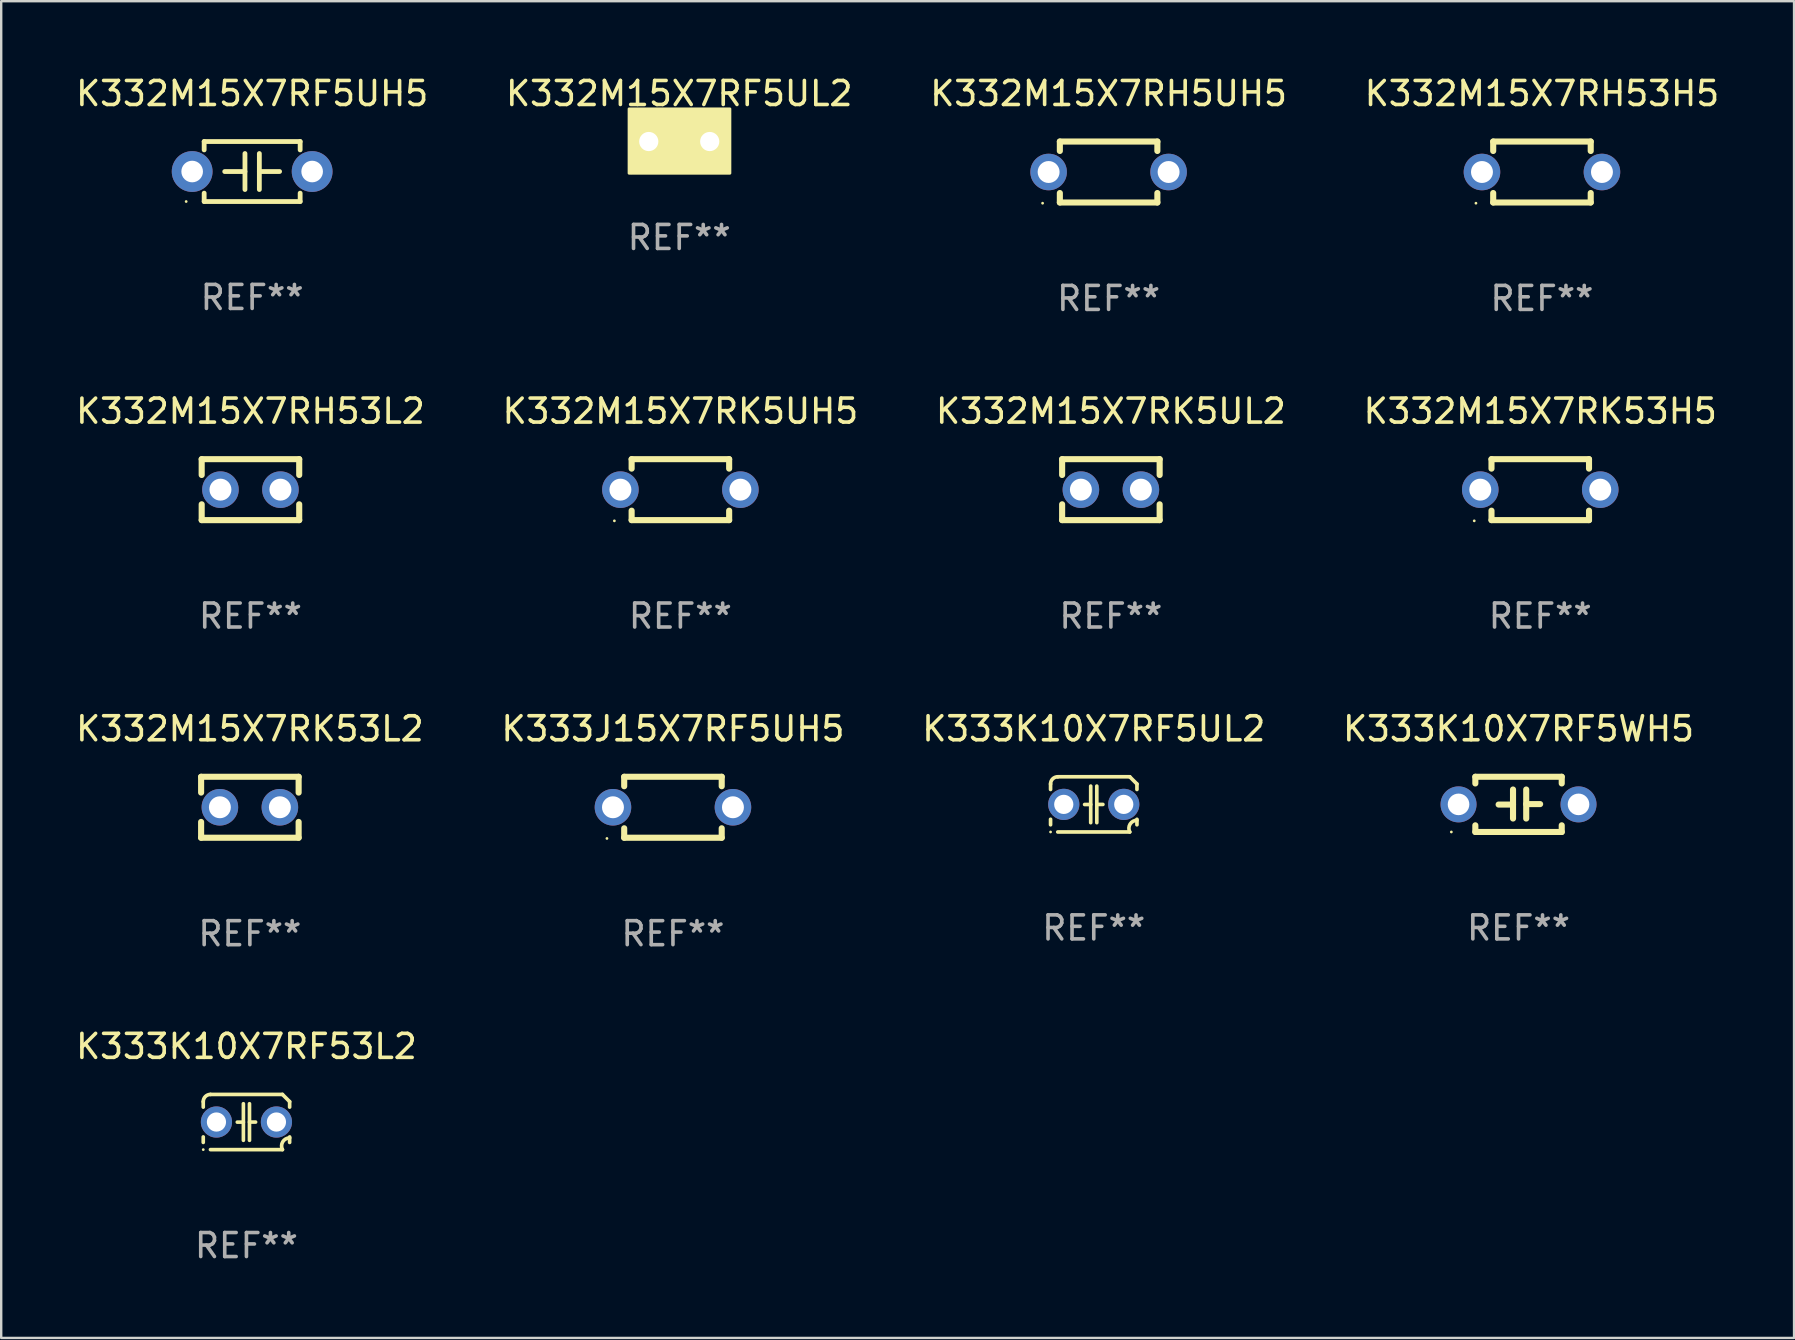
<source format=kicad_pcb>
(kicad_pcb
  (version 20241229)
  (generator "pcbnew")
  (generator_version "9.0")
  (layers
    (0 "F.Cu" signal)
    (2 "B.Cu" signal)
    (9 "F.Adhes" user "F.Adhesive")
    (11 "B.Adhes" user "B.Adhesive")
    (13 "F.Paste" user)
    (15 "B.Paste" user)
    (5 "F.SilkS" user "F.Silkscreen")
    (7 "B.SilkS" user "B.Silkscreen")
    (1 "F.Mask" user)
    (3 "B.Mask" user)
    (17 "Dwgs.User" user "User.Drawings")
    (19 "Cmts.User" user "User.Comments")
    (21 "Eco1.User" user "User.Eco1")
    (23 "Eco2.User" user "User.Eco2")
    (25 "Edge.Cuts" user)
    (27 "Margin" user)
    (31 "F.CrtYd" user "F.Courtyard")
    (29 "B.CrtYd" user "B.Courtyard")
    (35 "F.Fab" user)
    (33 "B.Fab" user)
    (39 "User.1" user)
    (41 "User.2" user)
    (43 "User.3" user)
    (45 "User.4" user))
  (footprint "K332M15X7RK53L2"
    (layer "F.Cu")
    (at 7.363 30.591)
    (property "Reference" "K332M15X7RK53L2" (at 0 -3.27 0) (layer "F.SilkS") (effects (font (size 1 1) (thickness 0.15))))
    (attr through_hole)
    (fp_line (start -2.032 -1.27) (end -2.032 -0.611) (stroke (width 0.254) (type solid)) (layer "F.SilkS"))
    (fp_line (start -2.032 0.611) (end -2.032 1.27) (stroke (width 0.254) (type solid)) (layer "F.SilkS"))
    (fp_line (start -2.032 1.27) (end 2.032 1.27) (stroke (width 0.254) (type solid)) (layer "F.SilkS"))
    (fp_line (start 2.032 -1.27) (end -2.032 -1.27) (stroke (width 0.254) (type solid)) (layer "F.SilkS"))
    (fp_line (start 2.032 -0.611) (end 2.032 -1.27) (stroke (width 0.254) (type solid)) (layer "F.SilkS"))
    (fp_line (start 2.032 1.27) (end 2.032 0.611) (stroke (width 0.254) (type solid)) (layer "F.SilkS"))
    (fp_circle (center -2 1.3) (end -1.97 1.3) (stroke (width 0.06) (type solid)) (fill no) (layer "F.SilkS"))
    (fp_text user "REF**" (at 0 5.27 0) (layer "F.Fab") (effects (font (size 1 1) (thickness 0.15))))
    (pad "1" thru_hole circle (at -1.25 0) (size 1.524 1.524) (drill 0.914) (layers "*.Cu" "*.Mask"))
    (pad "2" thru_hole circle (at 1.25 0) (size 1.524 1.524) (drill 0.914) (layers "*.Cu" "*.Mask")))
  (footprint "K332M15X7RH53H5"
    (layer "F.Cu")
    (at 61.208 4.118)
    (property "Reference" "K332M15X7RH53H5" (at 0 -3.27 0) (layer "F.SilkS") (effects (font (size 1 1) (thickness 0.15))))
    (attr through_hole)
    (fp_line (start -2.032 -1.27) (end -2.032 -0.876) (stroke (width 0.254) (type solid)) (layer "F.SilkS"))
    (fp_line (start -2.032 0.876) (end -2.032 1.27) (stroke (width 0.254) (type solid)) (layer "F.SilkS"))
    (fp_line (start -2.032 1.27) (end 2.032 1.27) (stroke (width 0.254) (type solid)) (layer "F.SilkS"))
    (fp_line (start 2.032 -1.27) (end -2.032 -1.27) (stroke (width 0.254) (type solid)) (layer "F.SilkS"))
    (fp_line (start 2.032 -0.876) (end 2.032 -1.27) (stroke (width 0.254) (type solid)) (layer "F.SilkS"))
    (fp_line (start 2.032 1.27) (end 2.032 0.876) (stroke (width 0.254) (type solid)) (layer "F.SilkS"))
    (fp_circle (center -2.751 1.3) (end -2.721 1.3) (stroke (width 0.06) (type solid)) (fill no) (layer "F.SilkS"))
    (fp_text user "REF**" (at 0 5.27 0) (layer "F.Fab") (effects (font (size 1 1) (thickness 0.15))))
    (pad "1" thru_hole circle (at -2.5 0) (size 1.524 1.524) (drill 0.914) (layers "*.Cu" "*.Mask"))
    (pad "2" thru_hole circle (at 2.5 0) (size 1.524 1.524) (drill 0.914) (layers "*.Cu" "*.Mask")))
  (footprint "K333K10X7RF5UL2"
    (layer "F.Cu")
    (at 42.53 30.471)
    (property "Reference" "K333K10X7RF5UL2" (at 0 -3.15 0) (layer "F.SilkS") (effects (font (size 1 1) (thickness 0.15))))
    (attr through_hole)
    (fp_line (start -1.8 -0.621) (end -1.8 -0.85) (stroke (width 0.152) (type solid)) (layer "F.SilkS"))
    (fp_line (start -1.8 0.85) (end -1.8 0.621) (stroke (width 0.152) (type solid)) (layer "F.SilkS"))
    (fp_line (start -1.5 -1.15) (end 1.5 -1.15) (stroke (width 0.152) (type solid)) (layer "F.SilkS"))
    (fp_line (start -0.127 -0.762) (end -0.127 0.762) (stroke (width 0.152) (type solid)) (layer "F.SilkS"))
    (fp_line (start -0.127 0.005) (end -0.381 0.005) (stroke (width 0.152) (type solid)) (layer "F.SilkS"))
    (fp_line (start 0.127 -0.762) (end 0.127 0.762) (stroke (width 0.152) (type solid)) (layer "F.SilkS"))
    (fp_line (start 0.127 0.002) (end 0.381 0.002) (stroke (width 0.152) (type solid)) (layer "F.SilkS"))
    (fp_line (start 1.5 1.15) (end -1.5 1.15) (stroke (width 0.152) (type solid)) (layer "F.SilkS"))
    (fp_line (start 1.8 -0.85) (end 1.8 -0.621) (stroke (width 0.152) (type solid)) (layer "F.SilkS"))
    (fp_line (start 1.8 0.621) (end 1.8 0.85) (stroke (width 0.152) (type solid)) (layer "F.SilkS"))
    (fp_arc (start -1.799975 -0.849987) (mid -1.712107 -1.062119) (end -1.499975 -1.149987) (stroke (width 0.151994) (type solid)) (layer "F.SilkS"))
    (fp_arc (start 1.499975 1.149987) (mid 1.513726 0.822359) (end 1.799975 0.662387) (stroke (width 0.151994) (type solid)) (layer "F.SilkS"))
    (fp_arc (start 1.500001 -1.149986) (mid 1.650015 -1.000001) (end 1.8 -0.849987) (stroke (width 0.151994) (type solid)) (layer "F.SilkS"))
    (fp_circle (center -1.8 1.15) (end -1.77 1.15) (stroke (width 0.06) (type solid)) (fill no) (layer "F.SilkS"))
    (fp_text user "REF**" (at 0 5.15 0) (layer "F.Fab") (effects (font (size 1 1) (thickness 0.15))))
    (pad "1" thru_hole circle (at -1.25 0) (size 1.3 1.3) (drill 0.8) (layers "*.Cu" "*.Mask"))
    (pad "2" thru_hole circle (at 1.25 0) (size 1.3 1.3) (drill 0.8) (layers "*.Cu" "*.Mask")))
  (footprint "K332M15X7RF5UH5"
    (layer "F.Cu")
    (at 7.458 4.098)
    (property "Reference" "K332M15X7RF5UH5" (at 0 -3.25 0) (layer "F.SilkS") (effects (font (size 1 1) (thickness 0.15))))
    (attr through_hole)
    (fp_line (start -2 -1.25) (end -2 -0.901) (stroke (width 0.2) (type solid)) (layer "F.SilkS"))
    (fp_line (start -2 -1.25) (end 2 -1.25) (stroke (width 0.2) (type solid)) (layer "F.SilkS"))
    (fp_line (start -2 0.901) (end -2 1.25) (stroke (width 0.2) (type solid)) (layer "F.SilkS"))
    (fp_line (start -0.3 -0.75) (end -0.3 0.75) (stroke (width 0.2) (type solid)) (layer "F.SilkS"))
    (fp_line (start -0.3 0.001) (end -1.143 0.001) (stroke (width 0.2) (type solid)) (layer "F.SilkS"))
    (fp_line (start 0.3 -0.001) (end 1.143 -0.001) (stroke (width 0.2) (type solid)) (layer "F.SilkS"))
    (fp_line (start 0.3 0.75) (end 0.3 -0.75) (stroke (width 0.2) (type solid)) (layer "F.SilkS"))
    (fp_line (start 2 -1.25) (end 2 -0.901) (stroke (width 0.2) (type solid)) (layer "F.SilkS"))
    (fp_line (start 2 0.901) (end 2 1.25) (stroke (width 0.2) (type solid)) (layer "F.SilkS"))
    (fp_line (start 2 1.25) (end -2 1.25) (stroke (width 0.2) (type solid)) (layer "F.SilkS"))
    (fp_circle (center -2.75 1.25) (end -2.72 1.25) (stroke (width 0.06) (type solid)) (fill no) (layer "F.SilkS"))
    (fp_text user "REF**" (at 0 5.25 0) (layer "F.Fab") (effects (font (size 1 1) (thickness 0.15))))
    (pad "1" thru_hole circle (at -2.5 0) (size 1.7 1.7) (drill 0.9) (layers "*.Cu" "*.Mask"))
    (pad "2" thru_hole circle (at 2.5 0) (size 1.7 1.7) (drill 0.9) (layers "*.Cu" "*.Mask")))
  (footprint "K333K10X7RF5WH5"
    (layer "F.Cu")
    (at 60.232 30.471)
    (property "Reference" "K333K10X7RF5WH5" (at 0 -3.15 0) (layer "F.SilkS") (effects (font (size 1 1) (thickness 0.15))))
    (attr through_hole)
    (fp_line (start -1.8 -1.15) (end -1.8 -0.872) (stroke (width 0.254) (type solid)) (layer "F.SilkS"))
    (fp_line (start -1.8 -1.15) (end 1.8 -1.15) (stroke (width 0.254) (type solid)) (layer "F.SilkS"))
    (fp_line (start -1.8 0.872) (end -1.8 1.15) (stroke (width 0.254) (type solid)) (layer "F.SilkS"))
    (fp_line (start -1.8 1.15) (end 1.8 1.15) (stroke (width 0.254) (type solid)) (layer "F.SilkS"))
    (fp_line (start -0.23 -0.62) (end -0.23 0.59) (stroke (width 0.254) (type solid)) (layer "F.SilkS"))
    (fp_line (start -0.23 0.007) (end -0.83 0.007) (stroke (width 0.254) (type solid)) (layer "F.SilkS"))
    (fp_line (start 0.32 -0.62) (end 0.32 0.59) (stroke (width 0.254) (type solid)) (layer "F.SilkS"))
    (fp_line (start 0.32 -0.012) (end 0.9 -0.012) (stroke (width 0.254) (type solid)) (layer "F.SilkS"))
    (fp_line (start 1.8 -1.15) (end 1.8 -0.872) (stroke (width 0.254) (type solid)) (layer "F.SilkS"))
    (fp_line (start 1.8 0.872) (end 1.8 1.15) (stroke (width 0.254) (type solid)) (layer "F.SilkS"))
    (fp_circle (center -2.8 1.15) (end -2.77 1.15) (stroke (width 0.06) (type solid)) (fill no) (layer "F.SilkS"))
    (fp_text user "REF**" (at 0 5.15 0) (layer "F.Fab") (effects (font (size 1 1) (thickness 0.15))))
    (pad "1" thru_hole circle (at -2.5 0) (size 1.5 1.5) (drill 0.9) (layers "*.Cu" "*.Mask"))
    (pad "2" thru_hole circle (at 2.5 0) (size 1.5 1.5) (drill 0.9) (layers "*.Cu" "*.Mask")))
  (footprint "K332M15X7RK5UH5"
    (layer "F.Cu")
    (at 25.304 17.355)
    (property "Reference" "K332M15X7RK5UH5" (at 0 -3.27 0) (layer "F.SilkS") (effects (font (size 1 1) (thickness 0.15))))
    (attr through_hole)
    (fp_line (start -2.032 -1.27) (end -2.032 -0.876) (stroke (width 0.254) (type solid)) (layer "F.SilkS"))
    (fp_line (start -2.032 0.876) (end -2.032 1.27) (stroke (width 0.254) (type solid)) (layer "F.SilkS"))
    (fp_line (start -2.032 1.27) (end 2.032 1.27) (stroke (width 0.254) (type solid)) (layer "F.SilkS"))
    (fp_line (start 2.032 -1.27) (end -2.032 -1.27) (stroke (width 0.254) (type solid)) (layer "F.SilkS"))
    (fp_line (start 2.032 -0.876) (end 2.032 -1.27) (stroke (width 0.254) (type solid)) (layer "F.SilkS"))
    (fp_line (start 2.032 1.27) (end 2.032 0.876) (stroke (width 0.254) (type solid)) (layer "F.SilkS"))
    (fp_circle (center -2.751 1.3) (end -2.721 1.3) (stroke (width 0.06) (type solid)) (fill no) (layer "F.SilkS"))
    (fp_text user "REF**" (at 0 5.27 0) (layer "F.Fab") (effects (font (size 1 1) (thickness 0.15))))
    (pad "1" thru_hole circle (at -2.5 0) (size 1.524 1.524) (drill 0.914) (layers "*.Cu" "*.Mask"))
    (pad "2" thru_hole circle (at 2.5 0) (size 1.524 1.524) (drill 0.914) (layers "*.Cu" "*.Mask")))
  (footprint "K332M15X7RH5UH5"
    (layer "F.Cu")
    (at 43.149 4.118)
    (property "Reference" "K332M15X7RH5UH5" (at 0 -3.27 0) (layer "F.SilkS") (effects (font (size 1 1) (thickness 0.15))))
    (attr through_hole)
    (fp_line (start -2.032 -1.27) (end -2.032 -0.876) (stroke (width 0.254) (type solid)) (layer "F.SilkS"))
    (fp_line (start -2.032 0.876) (end -2.032 1.27) (stroke (width 0.254) (type solid)) (layer "F.SilkS"))
    (fp_line (start -2.032 1.27) (end 2.032 1.27) (stroke (width 0.254) (type solid)) (layer "F.SilkS"))
    (fp_line (start 2.032 -1.27) (end -2.032 -1.27) (stroke (width 0.254) (type solid)) (layer "F.SilkS"))
    (fp_line (start 2.032 -0.876) (end 2.032 -1.27) (stroke (width 0.254) (type solid)) (layer "F.SilkS"))
    (fp_line (start 2.032 1.27) (end 2.032 0.876) (stroke (width 0.254) (type solid)) (layer "F.SilkS"))
    (fp_circle (center -2.751 1.3) (end -2.721 1.3) (stroke (width 0.06) (type solid)) (fill no) (layer "F.SilkS"))
    (fp_text user "REF**" (at 0 5.27 0) (layer "F.Fab") (effects (font (size 1 1) (thickness 0.15))))
    (pad "1" thru_hole circle (at -2.5 0) (size 1.524 1.524) (drill 0.914) (layers "*.Cu" "*.Mask"))
    (pad "2" thru_hole circle (at 2.5 0) (size 1.524 1.524) (drill 0.914) (layers "*.Cu" "*.Mask")))
  (footprint "K333K10X7RF53L2"
    (layer "F.Cu")
    (at 7.22 43.708)
    (property "Reference" "K333K10X7RF53L2" (at 0 -3.15 0) (layer "F.SilkS") (effects (font (size 1 1) (thickness 0.15))))
    (attr through_hole)
    (fp_line (start -1.8 -0.621) (end -1.8 -0.85) (stroke (width 0.152) (type solid)) (layer "F.SilkS"))
    (fp_line (start -1.8 0.85) (end -1.8 0.621) (stroke (width 0.152) (type solid)) (layer "F.SilkS"))
    (fp_line (start -1.5 -1.15) (end 1.5 -1.15) (stroke (width 0.152) (type solid)) (layer "F.SilkS"))
    (fp_line (start -0.127 -0.762) (end -0.127 0.762) (stroke (width 0.152) (type solid)) (layer "F.SilkS"))
    (fp_line (start -0.127 0.005) (end -0.381 0.005) (stroke (width 0.152) (type solid)) (layer "F.SilkS"))
    (fp_line (start 0.127 -0.762) (end 0.127 0.762) (stroke (width 0.152) (type solid)) (layer "F.SilkS"))
    (fp_line (start 0.127 0.002) (end 0.381 0.002) (stroke (width 0.152) (type solid)) (layer "F.SilkS"))
    (fp_line (start 1.5 1.15) (end -1.5 1.15) (stroke (width 0.152) (type solid)) (layer "F.SilkS"))
    (fp_line (start 1.8 -0.85) (end 1.8 -0.621) (stroke (width 0.152) (type solid)) (layer "F.SilkS"))
    (fp_line (start 1.8 0.621) (end 1.8 0.85) (stroke (width 0.152) (type solid)) (layer "F.SilkS"))
    (fp_arc (start -1.799975 -0.849987) (mid -1.712107 -1.062119) (end -1.499975 -1.149987) (stroke (width 0.151994) (type solid)) (layer "F.SilkS"))
    (fp_arc (start 1.499975 1.149987) (mid 1.513726 0.822359) (end 1.799975 0.662387) (stroke (width 0.151994) (type solid)) (layer "F.SilkS"))
    (fp_arc (start 1.500001 -1.149986) (mid 1.650015 -1.000001) (end 1.8 -0.849987) (stroke (width 0.151994) (type solid)) (layer "F.SilkS"))
    (fp_circle (center -1.8 1.15) (end -1.77 1.15) (stroke (width 0.06) (type solid)) (fill no) (layer "F.SilkS"))
    (fp_text user "REF**" (at 0 5.15 0) (layer "F.Fab") (effects (font (size 1 1) (thickness 0.15))))
    (pad "1" thru_hole circle (at -1.25 0) (size 1.3 1.3) (drill 0.8) (layers "*.Cu" "*.Mask"))
    (pad "2" thru_hole circle (at 1.25 0) (size 1.3 1.3) (drill 0.8) (layers "*.Cu" "*.Mask")))
  (footprint "K332M15X7RK5UL2"
    (layer "F.Cu")
    (at 43.244 17.355)
    (property "Reference" "K332M15X7RK5UL2" (at 0 -3.27 0) (layer "F.SilkS") (effects (font (size 1 1) (thickness 0.15))))
    (attr through_hole)
    (fp_line (start -2.032 -1.27) (end -2.032 -0.611) (stroke (width 0.254) (type solid)) (layer "F.SilkS"))
    (fp_line (start -2.032 0.611) (end -2.032 1.27) (stroke (width 0.254) (type solid)) (layer "F.SilkS"))
    (fp_line (start -2.032 1.27) (end 2.032 1.27) (stroke (width 0.254) (type solid)) (layer "F.SilkS"))
    (fp_line (start 2.032 -1.27) (end -2.032 -1.27) (stroke (width 0.254) (type solid)) (layer "F.SilkS"))
    (fp_line (start 2.032 -0.611) (end 2.032 -1.27) (stroke (width 0.254) (type solid)) (layer "F.SilkS"))
    (fp_line (start 2.032 1.27) (end 2.032 0.611) (stroke (width 0.254) (type solid)) (layer "F.SilkS"))
    (fp_circle (center -2 1.3) (end -1.97 1.3) (stroke (width 0.06) (type solid)) (fill no) (layer "F.SilkS"))
    (fp_text user "REF**" (at 0 5.27 0) (layer "F.Fab") (effects (font (size 1 1) (thickness 0.15))))
    (pad "1" thru_hole circle (at -1.25 0) (size 1.524 1.524) (drill 0.914) (layers "*.Cu" "*.Mask"))
    (pad "2" thru_hole circle (at 1.25 0) (size 1.524 1.524) (drill 0.914) (layers "*.Cu" "*.Mask")))
  (footprint "K333J15X7RF5UH5"
    (layer "F.Cu")
    (at 24.994 30.591)
    (property "Reference" "K333J15X7RF5UH5" (at 0 -3.27 0) (layer "F.SilkS") (effects (font (size 1 1) (thickness 0.15))))
    (attr through_hole)
    (fp_line (start -2.032 -1.27) (end -2.032 -0.876) (stroke (width 0.254) (type solid)) (layer "F.SilkS"))
    (fp_line (start -2.032 0.876) (end -2.032 1.27) (stroke (width 0.254) (type solid)) (layer "F.SilkS"))
    (fp_line (start -2.032 1.27) (end 2.032 1.27) (stroke (width 0.254) (type solid)) (layer "F.SilkS"))
    (fp_line (start 2.032 -1.27) (end -2.032 -1.27) (stroke (width 0.254) (type solid)) (layer "F.SilkS"))
    (fp_line (start 2.032 -0.876) (end 2.032 -1.27) (stroke (width 0.254) (type solid)) (layer "F.SilkS"))
    (fp_line (start 2.032 1.27) (end 2.032 0.876) (stroke (width 0.254) (type solid)) (layer "F.SilkS"))
    (fp_circle (center -2.751 1.3) (end -2.721 1.3) (stroke (width 0.06) (type solid)) (fill no) (layer "F.SilkS"))
    (fp_text user "REF**" (at 0 5.27 0) (layer "F.Fab") (effects (font (size 1 1) (thickness 0.15))))
    (pad "1" thru_hole circle (at -2.5 0) (size 1.524 1.524) (drill 0.914) (layers "*.Cu" "*.Mask"))
    (pad "2" thru_hole circle (at 2.5 0) (size 1.524 1.524) (drill 0.914) (layers "*.Cu" "*.Mask")))
  (footprint "K332M15X7RK53H5"
    (layer "F.Cu")
    (at 61.137 17.355)
    (property "Reference" "K332M15X7RK53H5" (at 0 -3.27 0) (layer "F.SilkS") (effects (font (size 1 1) (thickness 0.15))))
    (attr through_hole)
    (fp_line (start -2.032 -1.27) (end -2.032 -0.876) (stroke (width 0.254) (type solid)) (layer "F.SilkS"))
    (fp_line (start -2.032 0.876) (end -2.032 1.27) (stroke (width 0.254) (type solid)) (layer "F.SilkS"))
    (fp_line (start -2.032 1.27) (end 2.032 1.27) (stroke (width 0.254) (type solid)) (layer "F.SilkS"))
    (fp_line (start 2.032 -1.27) (end -2.032 -1.27) (stroke (width 0.254) (type solid)) (layer "F.SilkS"))
    (fp_line (start 2.032 -0.876) (end 2.032 -1.27) (stroke (width 0.254) (type solid)) (layer "F.SilkS"))
    (fp_line (start 2.032 1.27) (end 2.032 0.876) (stroke (width 0.254) (type solid)) (layer "F.SilkS"))
    (fp_circle (center -2.751 1.3) (end -2.721 1.3) (stroke (width 0.06) (type solid)) (fill no) (layer "F.SilkS"))
    (fp_text user "REF**" (at 0 5.27 0) (layer "F.Fab") (effects (font (size 1 1) (thickness 0.15))))
    (pad "1" thru_hole circle (at -2.5 0) (size 1.524 1.524) (drill 0.914) (layers "*.Cu" "*.Mask"))
    (pad "2" thru_hole circle (at 2.5 0) (size 1.524 1.524) (drill 0.914) (layers "*.Cu" "*.Mask")))
  (footprint "K332M15X7RH53L2"
    (layer "F.Cu")
    (at 7.387 17.355)
    (property "Reference" "K332M15X7RH53L2" (at 0 -3.27 0) (layer "F.SilkS") (effects (font (size 1 1) (thickness 0.15))))
    (attr through_hole)
    (fp_line (start -2.032 -1.27) (end -2.032 -0.611) (stroke (width 0.254) (type solid)) (layer "F.SilkS"))
    (fp_line (start -2.032 0.611) (end -2.032 1.27) (stroke (width 0.254) (type solid)) (layer "F.SilkS"))
    (fp_line (start -2.032 1.27) (end 2.032 1.27) (stroke (width 0.254) (type solid)) (layer "F.SilkS"))
    (fp_line (start 2.032 -1.27) (end -2.032 -1.27) (stroke (width 0.254) (type solid)) (layer "F.SilkS"))
    (fp_line (start 2.032 -0.611) (end 2.032 -1.27) (stroke (width 0.254) (type solid)) (layer "F.SilkS"))
    (fp_line (start 2.032 1.27) (end 2.032 0.611) (stroke (width 0.254) (type solid)) (layer "F.SilkS"))
    (fp_circle (center -2 1.3) (end -1.97 1.3) (stroke (width 0.06) (type solid)) (fill no) (layer "F.SilkS"))
    (fp_text user "REF**" (at 0 5.27 0) (layer "F.Fab") (effects (font (size 1 1) (thickness 0.15))))
    (pad "1" thru_hole circle (at -1.25 0) (size 1.524 1.524) (drill 0.914) (layers "*.Cu" "*.Mask"))
    (pad "2" thru_hole circle (at 1.25 0) (size 1.524 1.524) (drill 0.914) (layers "*.Cu" "*.Mask")))
  (footprint "K332M15X7RF5UL2"
    (layer "F.Cu")
    (at 25.256 2.848)
    (property "Reference" "K332M15X7RF5UL2" (at 0 -2 0) (layer "F.SilkS") (effects (font (size 1 1) (thickness 0.15))))
    (attr through_hole)
    (fp_circle (center -2 1.3) (end -1.97 1.3) (stroke (width 0.06) (type solid)) (fill no) (layer "F.SilkS"))
    (fp_poly (pts (xy -2.09 -1.36) (xy 2.11 -1.36) (xy 2.11 1.32) (xy -2.09 1.32)) (stroke (width 0.12) (type solid)) (fill yes) (layer "F.SilkS"))
    (fp_text user "REF**" (at 0 4 0) (layer "F.Fab") (effects (font (size 1 1) (thickness 0.15))))
    (pad "1" thru_hole circle (at -1.27 0) (size 1.4 1.4) (drill 0.8) (layers "*.Cu" "*.Mask"))
    (pad "2" thru_hole circle (at 1.27 0) (size 1.4 1.4) (drill 0.8) (layers "*.Cu" "*.Mask")))
  (gr_rect
    (start -3 -3)
    (end 71.714 52.706)
    (stroke (width 0.1) (type default))
    (fill no)
    (layer "Edge.Cuts")))
</source>
